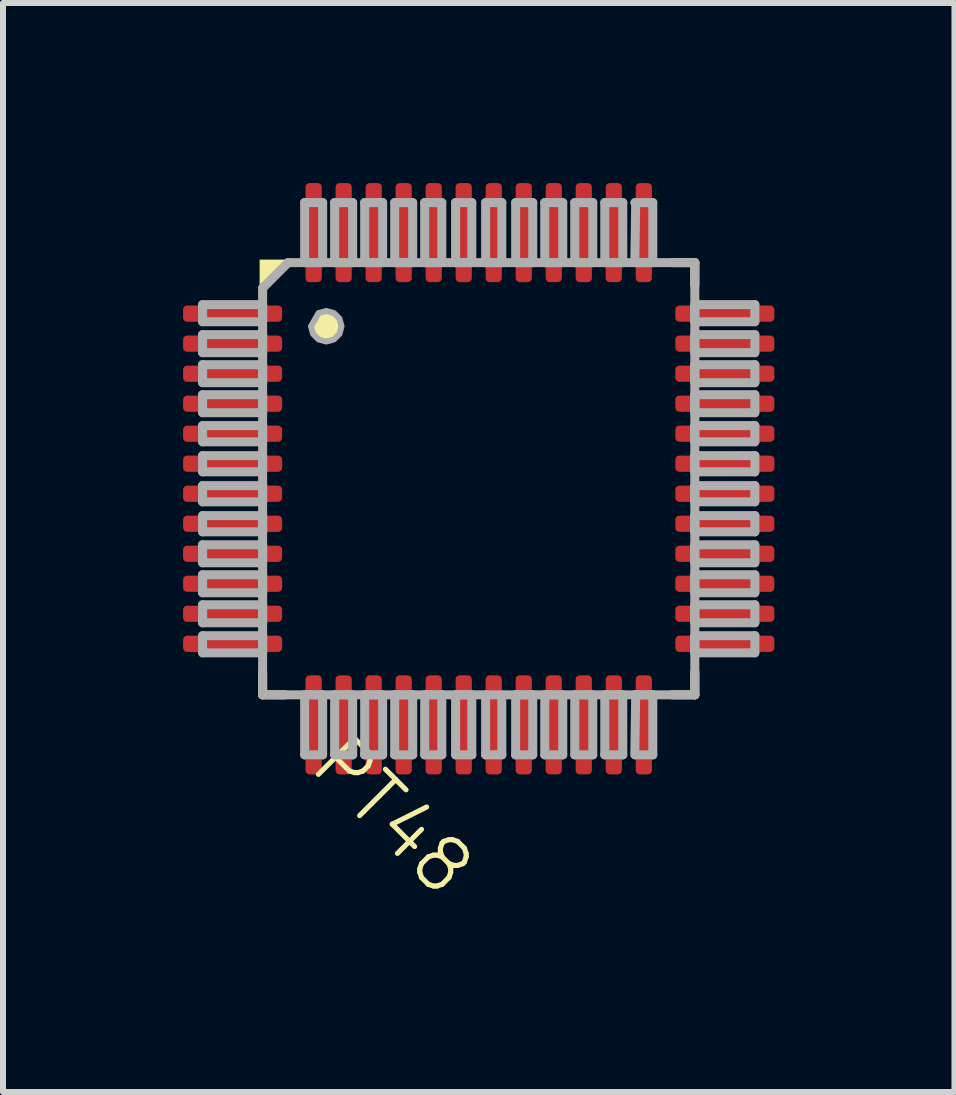
<source format=kicad_pcb>
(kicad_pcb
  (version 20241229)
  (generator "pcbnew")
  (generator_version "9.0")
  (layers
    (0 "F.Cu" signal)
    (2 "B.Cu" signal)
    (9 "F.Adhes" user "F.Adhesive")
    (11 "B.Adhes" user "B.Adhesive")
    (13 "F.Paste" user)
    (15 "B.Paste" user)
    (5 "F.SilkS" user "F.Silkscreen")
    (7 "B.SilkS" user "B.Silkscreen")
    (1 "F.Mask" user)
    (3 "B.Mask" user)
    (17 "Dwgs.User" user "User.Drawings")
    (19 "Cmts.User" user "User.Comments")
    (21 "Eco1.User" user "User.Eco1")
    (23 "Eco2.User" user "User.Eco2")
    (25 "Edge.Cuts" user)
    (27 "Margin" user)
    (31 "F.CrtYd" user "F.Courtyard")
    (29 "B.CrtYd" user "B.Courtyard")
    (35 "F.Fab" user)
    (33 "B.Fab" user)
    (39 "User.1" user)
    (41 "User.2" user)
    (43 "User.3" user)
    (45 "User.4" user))
  (footprint "PT48"
    (layer "F.Cu")
    (at 4.925 4.925)
    (property "Reference" "PT48" (at -2.93 4.819 315) (layer "F.SilkS") (effects (font (size 0.85 0.85) (thickness 0.085)) (justify left bottom)))
    (attr smd)
    (fp_line (start -3.6 3.225) (end -3.6 3.6) (stroke (width 0.15) (type solid)) (layer "F.SilkS"))
    (fp_line (start -3.6 3.6) (end -3.225 3.6) (stroke (width 0.15) (type solid)) (layer "F.SilkS"))
    (fp_line (start 3.225 3.6) (end 3.6 3.6) (stroke (width 0.15) (type solid)) (layer "F.SilkS"))
    (fp_line (start 3.6 -3.6) (end 3.225 -3.6) (stroke (width 0.15) (type solid)) (layer "F.SilkS"))
    (fp_line (start 3.6 -3.225) (end 3.6 -3.6) (stroke (width 0.15) (type solid)) (layer "F.SilkS"))
    (fp_line (start 3.6 3.6) (end 3.6 3.225) (stroke (width 0.15) (type solid)) (layer "F.SilkS"))
    (fp_poly (pts (xy -3.65 -3.65) (xy -3.1 -3.65) (xy -3.65 -3.1)) (stroke (width 0) (type solid)) (fill yes) (layer "F.SilkS"))
    (fp_poly (pts (xy -2.794 -2.54) (xy -2.76 -2.413) (xy -2.667 -2.32) (xy -2.54 -2.286) (xy -2.413 -2.32) (xy -2.32 -2.413) (xy -2.286 -2.54) (xy -2.32 -2.667) (xy -2.413 -2.76) (xy -2.54 -2.794) (xy -2.667 -2.76)) (stroke (width 0) (type solid)) (fill yes) (layer "F.SilkS"))
    (fp_line (start -4.6 -2.9) (end -4.6 -2.615) (stroke (width 0.15) (type solid)) (layer "F.Fab"))
    (fp_line (start -4.6 -2.615) (end -3.6 -2.615) (stroke (width 0.15) (type solid)) (layer "F.Fab"))
    (fp_line (start -4.6 -2.4) (end -4.6 -2.1) (stroke (width 0.15) (type solid)) (layer "F.Fab"))
    (fp_line (start -4.6 -2.1) (end -3.6 -2.1) (stroke (width 0.15) (type solid)) (layer "F.Fab"))
    (fp_line (start -4.6 -1.9) (end -4.6 -1.6) (stroke (width 0.15) (type solid)) (layer "F.Fab"))
    (fp_line (start -4.6 -1.6) (end -3.6 -1.6) (stroke (width 0.15) (type solid)) (layer "F.Fab"))
    (fp_line (start -4.6 -1.4) (end -4.6 -1.1) (stroke (width 0.15) (type solid)) (layer "F.Fab"))
    (fp_line (start -4.6 -1.1) (end -3.6 -1.1) (stroke (width 0.15) (type solid)) (layer "F.Fab"))
    (fp_line (start -4.6 -0.885) (end -4.6 -0.615) (stroke (width 0.15) (type solid)) (layer "F.Fab"))
    (fp_line (start -4.6 -0.615) (end -3.6 -0.615) (stroke (width 0.15) (type solid)) (layer "F.Fab"))
    (fp_line (start -4.6 -0.385) (end -4.6 -0.115) (stroke (width 0.15) (type solid)) (layer "F.Fab"))
    (fp_line (start -4.6 -0.115) (end -3.6 -0.115) (stroke (width 0.15) (type solid)) (layer "F.Fab"))
    (fp_line (start -4.6 0.115) (end -4.6 0.385) (stroke (width 0.15) (type solid)) (layer "F.Fab"))
    (fp_line (start -4.6 0.385) (end -3.6 0.385) (stroke (width 0.15) (type solid)) (layer "F.Fab"))
    (fp_line (start -4.6 0.615) (end -4.6 0.885) (stroke (width 0.15) (type solid)) (layer "F.Fab"))
    (fp_line (start -4.6 0.885) (end -3.6 0.885) (stroke (width 0.15) (type solid)) (layer "F.Fab"))
    (fp_line (start -4.6 1.1) (end -4.6 1.4) (stroke (width 0.15) (type solid)) (layer "F.Fab"))
    (fp_line (start -4.6 1.4) (end -3.6 1.4) (stroke (width 0.15) (type solid)) (layer "F.Fab"))
    (fp_line (start -4.6 1.6) (end -4.6 1.9) (stroke (width 0.15) (type solid)) (layer "F.Fab"))
    (fp_line (start -4.6 1.9) (end -3.6 1.9) (stroke (width 0.15) (type solid)) (layer "F.Fab"))
    (fp_line (start -4.6 2.1) (end -4.6 2.4) (stroke (width 0.15) (type solid)) (layer "F.Fab"))
    (fp_line (start -4.6 2.4) (end -3.6 2.4) (stroke (width 0.15) (type solid)) (layer "F.Fab"))
    (fp_line (start -4.6 2.615) (end -4.6 2.9) (stroke (width 0.15) (type solid)) (layer "F.Fab"))
    (fp_line (start -4.6 2.9) (end -3.6 2.9) (stroke (width 0.15) (type solid)) (layer "F.Fab"))
    (fp_line (start -3.6 -3.175) (end -3.6 3.6) (stroke (width 0.15) (type solid)) (layer "F.Fab"))
    (fp_line (start -3.6 -2.9) (end -4.6 -2.9) (stroke (width 0.15) (type solid)) (layer "F.Fab"))
    (fp_line (start -3.6 -2.615) (end -3.6 -2.9) (stroke (width 0.15) (type solid)) (layer "F.Fab"))
    (fp_line (start -3.6 -2.4) (end -4.6 -2.4) (stroke (width 0.15) (type solid)) (layer "F.Fab"))
    (fp_line (start -3.6 -2.1) (end -3.6 -2.4) (stroke (width 0.15) (type solid)) (layer "F.Fab"))
    (fp_line (start -3.6 -1.9) (end -4.6 -1.9) (stroke (width 0.15) (type solid)) (layer "F.Fab"))
    (fp_line (start -3.6 -1.6) (end -3.6 -1.9) (stroke (width 0.15) (type solid)) (layer "F.Fab"))
    (fp_line (start -3.6 -1.4) (end -4.6 -1.4) (stroke (width 0.15) (type solid)) (layer "F.Fab"))
    (fp_line (start -3.6 -1.1) (end -3.6 -1.4) (stroke (width 0.15) (type solid)) (layer "F.Fab"))
    (fp_line (start -3.6 -0.885) (end -4.6 -0.885) (stroke (width 0.15) (type solid)) (layer "F.Fab"))
    (fp_line (start -3.6 -0.615) (end -3.6 -0.885) (stroke (width 0.15) (type solid)) (layer "F.Fab"))
    (fp_line (start -3.6 -0.385) (end -4.6 -0.385) (stroke (width 0.15) (type solid)) (layer "F.Fab"))
    (fp_line (start -3.6 -0.115) (end -3.6 -0.385) (stroke (width 0.15) (type solid)) (layer "F.Fab"))
    (fp_line (start -3.6 0.115) (end -4.6 0.115) (stroke (width 0.15) (type solid)) (layer "F.Fab"))
    (fp_line (start -3.6 0.385) (end -3.6 0.115) (stroke (width 0.15) (type solid)) (layer "F.Fab"))
    (fp_line (start -3.6 0.615) (end -4.6 0.615) (stroke (width 0.15) (type solid)) (layer "F.Fab"))
    (fp_line (start -3.6 0.885) (end -3.6 0.615) (stroke (width 0.15) (type solid)) (layer "F.Fab"))
    (fp_line (start -3.6 1.1) (end -4.6 1.1) (stroke (width 0.15) (type solid)) (layer "F.Fab"))
    (fp_line (start -3.6 1.4) (end -3.6 1.1) (stroke (width 0.15) (type solid)) (layer "F.Fab"))
    (fp_line (start -3.6 1.6) (end -4.6 1.6) (stroke (width 0.15) (type solid)) (layer "F.Fab"))
    (fp_line (start -3.6 1.9) (end -3.6 1.6) (stroke (width 0.15) (type solid)) (layer "F.Fab"))
    (fp_line (start -3.6 2.1) (end -4.6 2.1) (stroke (width 0.15) (type solid)) (layer "F.Fab"))
    (fp_line (start -3.6 2.4) (end -3.6 2.1) (stroke (width 0.15) (type solid)) (layer "F.Fab"))
    (fp_line (start -3.6 2.615) (end -4.6 2.615) (stroke (width 0.15) (type solid)) (layer "F.Fab"))
    (fp_line (start -3.6 2.9) (end -3.6 2.615) (stroke (width 0.15) (type solid)) (layer "F.Fab"))
    (fp_line (start -3.6 3.6) (end 3.6 3.6) (stroke (width 0.15) (type solid)) (layer "F.Fab"))
    (fp_line (start -3.175 -3.6) (end -3.6 -3.175) (stroke (width 0.15) (type solid)) (layer "F.Fab"))
    (fp_line (start -2.9 -4.6) (end -2.9 -3.6) (stroke (width 0.15) (type solid)) (layer "F.Fab"))
    (fp_line (start -2.9 -3.6) (end -2.6 -3.6) (stroke (width 0.15) (type solid)) (layer "F.Fab"))
    (fp_line (start -2.9 3.6) (end -2.9 4.6) (stroke (width 0.15) (type solid)) (layer "F.Fab"))
    (fp_line (start -2.9 4.6) (end -2.6 4.6) (stroke (width 0.15) (type solid)) (layer "F.Fab"))
    (fp_line (start -2.6 -4.6) (end -2.9 -4.6) (stroke (width 0.15) (type solid)) (layer "F.Fab"))
    (fp_line (start -2.6 -3.6) (end -2.6 -4.6) (stroke (width 0.15) (type solid)) (layer "F.Fab"))
    (fp_line (start -2.6 3.6) (end -2.9 3.6) (stroke (width 0.15) (type solid)) (layer "F.Fab"))
    (fp_line (start -2.6 4.6) (end -2.6 3.6) (stroke (width 0.15) (type solid)) (layer "F.Fab"))
    (fp_line (start -2.4 -4.6) (end -2.4 -3.6) (stroke (width 0.15) (type solid)) (layer "F.Fab"))
    (fp_line (start -2.4 -3.6) (end -2.1 -3.6) (stroke (width 0.15) (type solid)) (layer "F.Fab"))
    (fp_line (start -2.4 3.6) (end -2.4 4.6) (stroke (width 0.15) (type solid)) (layer "F.Fab"))
    (fp_line (start -2.4 4.6) (end -2.1 4.6) (stroke (width 0.15) (type solid)) (layer "F.Fab"))
    (fp_line (start -2.1 -4.6) (end -2.4 -4.6) (stroke (width 0.15) (type solid)) (layer "F.Fab"))
    (fp_line (start -2.1 -3.6) (end -2.1 -4.6) (stroke (width 0.15) (type solid)) (layer "F.Fab"))
    (fp_line (start -2.1 3.6) (end -2.4 3.6) (stroke (width 0.15) (type solid)) (layer "F.Fab"))
    (fp_line (start -2.1 4.6) (end -2.1 3.6) (stroke (width 0.15) (type solid)) (layer "F.Fab"))
    (fp_line (start -1.9 -4.6) (end -1.9 -3.6) (stroke (width 0.15) (type solid)) (layer "F.Fab"))
    (fp_line (start -1.9 -3.6) (end -1.6 -3.6) (stroke (width 0.15) (type solid)) (layer "F.Fab"))
    (fp_line (start -1.9 3.6) (end -1.9 4.6) (stroke (width 0.15) (type solid)) (layer "F.Fab"))
    (fp_line (start -1.9 4.6) (end -1.6 4.6) (stroke (width 0.15) (type solid)) (layer "F.Fab"))
    (fp_line (start -1.6 -4.6) (end -1.9 -4.6) (stroke (width 0.15) (type solid)) (layer "F.Fab"))
    (fp_line (start -1.6 -3.6) (end -1.6 -4.6) (stroke (width 0.15) (type solid)) (layer "F.Fab"))
    (fp_line (start -1.6 3.6) (end -1.9 3.6) (stroke (width 0.15) (type solid)) (layer "F.Fab"))
    (fp_line (start -1.6 4.6) (end -1.6 3.6) (stroke (width 0.15) (type solid)) (layer "F.Fab"))
    (fp_line (start -1.4 -4.6) (end -1.4 -3.6) (stroke (width 0.15) (type solid)) (layer "F.Fab"))
    (fp_line (start -1.4 -3.6) (end -1.1 -3.6) (stroke (width 0.15) (type solid)) (layer "F.Fab"))
    (fp_line (start -1.4 3.6) (end -1.4 4.6) (stroke (width 0.15) (type solid)) (layer "F.Fab"))
    (fp_line (start -1.4 4.6) (end -1.1 4.6) (stroke (width 0.15) (type solid)) (layer "F.Fab"))
    (fp_line (start -1.1 -4.6) (end -1.4 -4.6) (stroke (width 0.15) (type solid)) (layer "F.Fab"))
    (fp_line (start -1.1 -3.6) (end -1.1 -4.6) (stroke (width 0.15) (type solid)) (layer "F.Fab"))
    (fp_line (start -1.1 3.6) (end -1.4 3.6) (stroke (width 0.15) (type solid)) (layer "F.Fab"))
    (fp_line (start -1.1 4.6) (end -1.1 3.6) (stroke (width 0.15) (type solid)) (layer "F.Fab"))
    (fp_line (start -0.9 -4.6) (end -0.9 -3.6) (stroke (width 0.15) (type solid)) (layer "F.Fab"))
    (fp_line (start -0.9 -3.6) (end -0.615 -3.6) (stroke (width 0.15) (type solid)) (layer "F.Fab"))
    (fp_line (start -0.9 3.6) (end -0.9 4.6) (stroke (width 0.15) (type solid)) (layer "F.Fab"))
    (fp_line (start -0.9 4.6) (end -0.615 4.6) (stroke (width 0.15) (type solid)) (layer "F.Fab"))
    (fp_line (start -0.615 -4.6) (end -0.9 -4.6) (stroke (width 0.15) (type solid)) (layer "F.Fab"))
    (fp_line (start -0.615 -3.6) (end -0.615 -4.6) (stroke (width 0.15) (type solid)) (layer "F.Fab"))
    (fp_line (start -0.615 4.6) (end -0.615 3.6) (stroke (width 0.15) (type solid)) (layer "F.Fab"))
    (fp_line (start -0.6 3.6) (end -0.9 3.6) (stroke (width 0.15) (type solid)) (layer "F.Fab"))
    (fp_line (start -0.385 -4.6) (end -0.385 -3.6) (stroke (width 0.15) (type solid)) (layer "F.Fab"))
    (fp_line (start -0.385 -3.6) (end -0.115 -3.6) (stroke (width 0.15) (type solid)) (layer "F.Fab"))
    (fp_line (start -0.385 3.6) (end -0.385 4.6) (stroke (width 0.15) (type solid)) (layer "F.Fab"))
    (fp_line (start -0.385 4.6) (end -0.115 4.6) (stroke (width 0.15) (type solid)) (layer "F.Fab"))
    (fp_line (start -0.115 -4.6) (end -0.385 -4.6) (stroke (width 0.15) (type solid)) (layer "F.Fab"))
    (fp_line (start -0.115 -3.6) (end -0.115 -4.6) (stroke (width 0.15) (type solid)) (layer "F.Fab"))
    (fp_line (start -0.115 3.6) (end -0.385 3.6) (stroke (width 0.15) (type solid)) (layer "F.Fab"))
    (fp_line (start -0.115 4.6) (end -0.115 3.6) (stroke (width 0.15) (type solid)) (layer "F.Fab"))
    (fp_line (start 0.115 -4.6) (end 0.115 -3.6) (stroke (width 0.15) (type solid)) (layer "F.Fab"))
    (fp_line (start 0.115 -3.6) (end 0.385 -3.6) (stroke (width 0.15) (type solid)) (layer "F.Fab"))
    (fp_line (start 0.115 3.6) (end 0.115 4.6) (stroke (width 0.15) (type solid)) (layer "F.Fab"))
    (fp_line (start 0.115 4.6) (end 0.385 4.6) (stroke (width 0.15) (type solid)) (layer "F.Fab"))
    (fp_line (start 0.385 -4.6) (end 0.115 -4.6) (stroke (width 0.15) (type solid)) (layer "F.Fab"))
    (fp_line (start 0.385 -3.6) (end 0.385 -4.6) (stroke (width 0.15) (type solid)) (layer "F.Fab"))
    (fp_line (start 0.385 4.6) (end 0.385 3.6) (stroke (width 0.15) (type solid)) (layer "F.Fab"))
    (fp_line (start 0.615 -4.6) (end 0.615 -3.6) (stroke (width 0.15) (type solid)) (layer "F.Fab"))
    (fp_line (start 0.615 -3.6) (end 0.9 -3.6) (stroke (width 0.15) (type solid)) (layer "F.Fab"))
    (fp_line (start 0.615 3.6) (end 0.615 4.6) (stroke (width 0.15) (type solid)) (layer "F.Fab"))
    (fp_line (start 0.615 4.6) (end 0.9 4.6) (stroke (width 0.15) (type solid)) (layer "F.Fab"))
    (fp_line (start 0.9 -4.6) (end 0.615 -4.6) (stroke (width 0.15) (type solid)) (layer "F.Fab"))
    (fp_line (start 0.9 -3.6) (end 0.9 -4.6) (stroke (width 0.15) (type solid)) (layer "F.Fab"))
    (fp_line (start 0.9 3.6) (end 0.615 3.6) (stroke (width 0.15) (type solid)) (layer "F.Fab"))
    (fp_line (start 0.9 4.6) (end 0.9 3.6) (stroke (width 0.15) (type solid)) (layer "F.Fab"))
    (fp_line (start 1.1 -4.6) (end 1.1 -3.6) (stroke (width 0.15) (type solid)) (layer "F.Fab"))
    (fp_line (start 1.1 -3.6) (end 1.4 -3.6) (stroke (width 0.15) (type solid)) (layer "F.Fab"))
    (fp_line (start 1.1 3.6) (end 1.1 4.6) (stroke (width 0.15) (type solid)) (layer "F.Fab"))
    (fp_line (start 1.1 4.6) (end 1.4 4.6) (stroke (width 0.15) (type solid)) (layer "F.Fab"))
    (fp_line (start 1.4 -4.6) (end 1.1 -4.6) (stroke (width 0.15) (type solid)) (layer "F.Fab"))
    (fp_line (start 1.4 -3.6) (end 1.4 -4.6) (stroke (width 0.15) (type solid)) (layer "F.Fab"))
    (fp_line (start 1.4 3.6) (end 1.1 3.6) (stroke (width 0.15) (type solid)) (layer "F.Fab"))
    (fp_line (start 1.4 4.6) (end 1.4 3.6) (stroke (width 0.15) (type solid)) (layer "F.Fab"))
    (fp_line (start 1.6 -4.6) (end 1.6 -3.6) (stroke (width 0.15) (type solid)) (layer "F.Fab"))
    (fp_line (start 1.6 -3.6) (end 1.9 -3.6) (stroke (width 0.15) (type solid)) (layer "F.Fab"))
    (fp_line (start 1.6 3.6) (end 1.6 4.6) (stroke (width 0.15) (type solid)) (layer "F.Fab"))
    (fp_line (start 1.6 4.6) (end 1.9 4.6) (stroke (width 0.15) (type solid)) (layer "F.Fab"))
    (fp_line (start 1.9 -4.6) (end 1.6 -4.6) (stroke (width 0.15) (type solid)) (layer "F.Fab"))
    (fp_line (start 1.9 -3.6) (end 1.9 -4.6) (stroke (width 0.15) (type solid)) (layer "F.Fab"))
    (fp_line (start 1.9 3.6) (end 1.6 3.6) (stroke (width 0.15) (type solid)) (layer "F.Fab"))
    (fp_line (start 1.9 4.6) (end 1.9 3.6) (stroke (width 0.15) (type solid)) (layer "F.Fab"))
    (fp_line (start 2.1 -4.6) (end 2.1 -3.6) (stroke (width 0.15) (type solid)) (layer "F.Fab"))
    (fp_line (start 2.1 -3.6) (end 2.4 -3.6) (stroke (width 0.15) (type solid)) (layer "F.Fab"))
    (fp_line (start 2.1 3.6) (end 2.1 4.6) (stroke (width 0.15) (type solid)) (layer "F.Fab"))
    (fp_line (start 2.1 4.6) (end 2.4 4.6) (stroke (width 0.15) (type solid)) (layer "F.Fab"))
    (fp_line (start 2.4 -4.6) (end 2.1 -4.6) (stroke (width 0.15) (type solid)) (layer "F.Fab"))
    (fp_line (start 2.4 -3.6) (end 2.4 -4.6) (stroke (width 0.15) (type solid)) (layer "F.Fab"))
    (fp_line (start 2.4 3.6) (end 2.1 3.6) (stroke (width 0.15) (type solid)) (layer "F.Fab"))
    (fp_line (start 2.4 4.6) (end 2.4 3.6) (stroke (width 0.15) (type solid)) (layer "F.Fab"))
    (fp_line (start 2.615 -4.6) (end 2.6 -3.6) (stroke (width 0.15) (type solid)) (layer "F.Fab"))
    (fp_line (start 2.615 -3.6) (end 2.9 -3.6) (stroke (width 0.15) (type solid)) (layer "F.Fab"))
    (fp_line (start 2.615 3.6) (end 2.6 4.6) (stroke (width 0.15) (type solid)) (layer "F.Fab"))
    (fp_line (start 2.615 4.6) (end 2.9 4.6) (stroke (width 0.15) (type solid)) (layer "F.Fab"))
    (fp_line (start 2.9 -4.6) (end 2.6 -4.6) (stroke (width 0.15) (type solid)) (layer "F.Fab"))
    (fp_line (start 2.9 -3.6) (end 2.9 -4.6) (stroke (width 0.15) (type solid)) (layer "F.Fab"))
    (fp_line (start 2.9 3.6) (end 2.6 3.6) (stroke (width 0.15) (type solid)) (layer "F.Fab"))
    (fp_line (start 2.9 4.6) (end 2.9 3.6) (stroke (width 0.15) (type solid)) (layer "F.Fab"))
    (fp_line (start 3.6 -3.6) (end -3.175 -3.6) (stroke (width 0.15) (type solid)) (layer "F.Fab"))
    (fp_line (start 3.6 -2.9) (end 3.6 -2.615) (stroke (width 0.15) (type solid)) (layer "F.Fab"))
    (fp_line (start 3.6 -2.615) (end 4.6 -2.615) (stroke (width 0.15) (type solid)) (layer "F.Fab"))
    (fp_line (start 3.6 -2.4) (end 3.6 -2.1) (stroke (width 0.15) (type solid)) (layer "F.Fab"))
    (fp_line (start 3.6 -2.1) (end 4.6 -2.1) (stroke (width 0.15) (type solid)) (layer "F.Fab"))
    (fp_line (start 3.6 -1.9) (end 3.6 -1.6) (stroke (width 0.15) (type solid)) (layer "F.Fab"))
    (fp_line (start 3.6 -1.6) (end 4.6 -1.6) (stroke (width 0.15) (type solid)) (layer "F.Fab"))
    (fp_line (start 3.6 -1.4) (end 3.6 -1.1) (stroke (width 0.15) (type solid)) (layer "F.Fab"))
    (fp_line (start 3.6 -1.1) (end 4.6 -1.1) (stroke (width 0.15) (type solid)) (layer "F.Fab"))
    (fp_line (start 3.6 -0.885) (end 3.6 -0.615) (stroke (width 0.15) (type solid)) (layer "F.Fab"))
    (fp_line (start 3.6 -0.615) (end 4.6 -0.615) (stroke (width 0.15) (type solid)) (layer "F.Fab"))
    (fp_line (start 3.6 -0.385) (end 3.6 -0.115) (stroke (width 0.15) (type solid)) (layer "F.Fab"))
    (fp_line (start 3.6 -0.115) (end 4.6 -0.115) (stroke (width 0.15) (type solid)) (layer "F.Fab"))
    (fp_line (start 3.6 0.115) (end 3.6 0.385) (stroke (width 0.15) (type solid)) (layer "F.Fab"))
    (fp_line (start 3.6 0.385) (end 4.6 0.385) (stroke (width 0.15) (type solid)) (layer "F.Fab"))
    (fp_line (start 3.6 0.615) (end 3.6 0.885) (stroke (width 0.15) (type solid)) (layer "F.Fab"))
    (fp_line (start 3.6 0.885) (end 4.6 0.885) (stroke (width 0.15) (type solid)) (layer "F.Fab"))
    (fp_line (start 3.6 1.1) (end 3.6 1.4) (stroke (width 0.15) (type solid)) (layer "F.Fab"))
    (fp_line (start 3.6 1.4) (end 4.6 1.4) (stroke (width 0.15) (type solid)) (layer "F.Fab"))
    (fp_line (start 3.6 1.6) (end 3.6 1.9) (stroke (width 0.15) (type solid)) (layer "F.Fab"))
    (fp_line (start 3.6 1.9) (end 4.6 1.9) (stroke (width 0.15) (type solid)) (layer "F.Fab"))
    (fp_line (start 3.6 2.1) (end 3.6 2.4) (stroke (width 0.15) (type solid)) (layer "F.Fab"))
    (fp_line (start 3.6 2.4) (end 4.6 2.4) (stroke (width 0.15) (type solid)) (layer "F.Fab"))
    (fp_line (start 3.6 2.615) (end 3.6 2.9) (stroke (width 0.15) (type solid)) (layer "F.Fab"))
    (fp_line (start 3.6 2.9) (end 4.6 2.9) (stroke (width 0.15) (type solid)) (layer "F.Fab"))
    (fp_line (start 3.6 3.6) (end 3.6 -3.6) (stroke (width 0.15) (type solid)) (layer "F.Fab"))
    (fp_line (start 4.6 -2.9) (end 3.6 -2.9) (stroke (width 0.15) (type solid)) (layer "F.Fab"))
    (fp_line (start 4.6 -2.615) (end 4.6 -2.9) (stroke (width 0.15) (type solid)) (layer "F.Fab"))
    (fp_line (start 4.6 -2.4) (end 3.6 -2.4) (stroke (width 0.15) (type solid)) (layer "F.Fab"))
    (fp_line (start 4.6 -2.1) (end 4.6 -2.4) (stroke (width 0.15) (type solid)) (layer "F.Fab"))
    (fp_line (start 4.6 -1.9) (end 3.6 -1.9) (stroke (width 0.15) (type solid)) (layer "F.Fab"))
    (fp_line (start 4.6 -1.6) (end 4.6 -1.9) (stroke (width 0.15) (type solid)) (layer "F.Fab"))
    (fp_line (start 4.6 -1.4) (end 3.6 -1.4) (stroke (width 0.15) (type solid)) (layer "F.Fab"))
    (fp_line (start 4.6 -1.1) (end 4.6 -1.4) (stroke (width 0.15) (type solid)) (layer "F.Fab"))
    (fp_line (start 4.6 -0.885) (end 3.6 -0.885) (stroke (width 0.15) (type solid)) (layer "F.Fab"))
    (fp_line (start 4.6 -0.615) (end 4.6 -0.885) (stroke (width 0.15) (type solid)) (layer "F.Fab"))
    (fp_line (start 4.6 -0.385) (end 3.6 -0.385) (stroke (width 0.15) (type solid)) (layer "F.Fab"))
    (fp_line (start 4.6 -0.115) (end 4.6 -0.385) (stroke (width 0.15) (type solid)) (layer "F.Fab"))
    (fp_line (start 4.6 0.115) (end 3.6 0.115) (stroke (width 0.15) (type solid)) (layer "F.Fab"))
    (fp_line (start 4.6 0.385) (end 4.6 0.115) (stroke (width 0.15) (type solid)) (layer "F.Fab"))
    (fp_line (start 4.6 0.615) (end 3.6 0.615) (stroke (width 0.15) (type solid)) (layer "F.Fab"))
    (fp_line (start 4.6 0.885) (end 4.6 0.615) (stroke (width 0.15) (type solid)) (layer "F.Fab"))
    (fp_line (start 4.6 1.1) (end 3.6 1.1) (stroke (width 0.15) (type solid)) (layer "F.Fab"))
    (fp_line (start 4.6 1.4) (end 4.6 1.1) (stroke (width 0.15) (type solid)) (layer "F.Fab"))
    (fp_line (start 4.6 1.6) (end 3.6 1.6) (stroke (width 0.15) (type solid)) (layer "F.Fab"))
    (fp_line (start 4.6 1.9) (end 4.6 1.6) (stroke (width 0.15) (type solid)) (layer "F.Fab"))
    (fp_line (start 4.6 2.1) (end 3.6 2.1) (stroke (width 0.15) (type solid)) (layer "F.Fab"))
    (fp_line (start 4.6 2.4) (end 4.6 2.1) (stroke (width 0.15) (type solid)) (layer "F.Fab"))
    (fp_line (start 4.6 2.615) (end 3.6 2.615) (stroke (width 0.15) (type solid)) (layer "F.Fab"))
    (fp_line (start 4.6 2.9) (end 4.6 2.615) (stroke (width 0.15) (type solid)) (layer "F.Fab"))
    (fp_poly (pts (xy -2.794 -2.54) (xy -2.76 -2.413) (xy -2.667 -2.32) (xy -2.54 -2.286) (xy -2.413 -2.32) (xy -2.32 -2.413) (xy -2.286 -2.54) (xy -2.32 -2.667) (xy -2.413 -2.76) (xy -2.54 -2.794) (xy -2.667 -2.76)) (stroke (width 0.1) (type solid)) (fill no) (layer "F.Fab"))
    (pad "1" smd roundrect (at -4.1 -2.75 270) (size 0.27 1.65) (layers "F.Cu" "F.Mask" "F.Paste") (roundrect_rratio 0.25))
    (pad "2" smd roundrect (at -4.1 -2.25 270) (size 0.27 1.65) (layers "F.Cu" "F.Mask" "F.Paste") (roundrect_rratio 0.25))
    (pad "3" smd roundrect (at -4.1 -1.75 270) (size 0.27 1.65) (layers "F.Cu" "F.Mask" "F.Paste") (roundrect_rratio 0.25))
    (pad "4" smd roundrect (at -4.1 -1.25 270) (size 0.27 1.65) (layers "F.Cu" "F.Mask" "F.Paste") (roundrect_rratio 0.25))
    (pad "5" smd roundrect (at -4.1 -0.75 270) (size 0.27 1.65) (layers "F.Cu" "F.Mask" "F.Paste") (roundrect_rratio 0.25))
    (pad "6" smd roundrect (at -4.1 -0.25 270) (size 0.27 1.65) (layers "F.Cu" "F.Mask" "F.Paste") (roundrect_rratio 0.25))
    (pad "7" smd roundrect (at -4.1 0.25 270) (size 0.27 1.65) (layers "F.Cu" "F.Mask" "F.Paste") (roundrect_rratio 0.25))
    (pad "8" smd roundrect (at -4.1 0.75 270) (size 0.27 1.65) (layers "F.Cu" "F.Mask" "F.Paste") (roundrect_rratio 0.25))
    (pad "9" smd roundrect (at -4.1 1.25 270) (size 0.27 1.65) (layers "F.Cu" "F.Mask" "F.Paste") (roundrect_rratio 0.25))
    (pad "10" smd roundrect (at -4.1 1.75 270) (size 0.27 1.65) (layers "F.Cu" "F.Mask" "F.Paste") (roundrect_rratio 0.25))
    (pad "11" smd roundrect (at -4.1 2.25 270) (size 0.27 1.65) (layers "F.Cu" "F.Mask" "F.Paste") (roundrect_rratio 0.25))
    (pad "12" smd roundrect (at -4.1 2.75 270) (size 0.27 1.65) (layers "F.Cu" "F.Mask" "F.Paste") (roundrect_rratio 0.25))
    (pad "13" smd roundrect (at -2.75 4.1 180) (size 0.27 1.65) (layers "F.Cu" "F.Mask" "F.Paste") (roundrect_rratio 0.25))
    (pad "14" smd roundrect (at -2.25 4.1 180) (size 0.27 1.65) (layers "F.Cu" "F.Mask" "F.Paste") (roundrect_rratio 0.25))
    (pad "15" smd roundrect (at -1.75 4.1 180) (size 0.27 1.65) (layers "F.Cu" "F.Mask" "F.Paste") (roundrect_rratio 0.25))
    (pad "16" smd roundrect (at -1.25 4.1 180) (size 0.27 1.65) (layers "F.Cu" "F.Mask" "F.Paste") (roundrect_rratio 0.25))
    (pad "17" smd roundrect (at -0.75 4.1 180) (size 0.27 1.65) (layers "F.Cu" "F.Mask" "F.Paste") (roundrect_rratio 0.25))
    (pad "18" smd roundrect (at -0.25 4.1 180) (size 0.27 1.65) (layers "F.Cu" "F.Mask" "F.Paste") (roundrect_rratio 0.25))
    (pad "19" smd roundrect (at 0.25 4.1 180) (size 0.27 1.65) (layers "F.Cu" "F.Mask" "F.Paste") (roundrect_rratio 0.25))
    (pad "20" smd roundrect (at 0.75 4.1 180) (size 0.27 1.65) (layers "F.Cu" "F.Mask" "F.Paste") (roundrect_rratio 0.25))
    (pad "21" smd roundrect (at 1.25 4.1 180) (size 0.27 1.65) (layers "F.Cu" "F.Mask" "F.Paste") (roundrect_rratio 0.25))
    (pad "22" smd roundrect (at 1.75 4.1 180) (size 0.27 1.65) (layers "F.Cu" "F.Mask" "F.Paste") (roundrect_rratio 0.25))
    (pad "23" smd roundrect (at 2.25 4.1 180) (size 0.27 1.65) (layers "F.Cu" "F.Mask" "F.Paste") (roundrect_rratio 0.25))
    (pad "24" smd roundrect (at 2.75 4.1 180) (size 0.27 1.65) (layers "F.Cu" "F.Mask" "F.Paste") (roundrect_rratio 0.25))
    (pad "25" smd roundrect (at 4.1 2.75 270) (size 0.27 1.65) (layers "F.Cu" "F.Mask" "F.Paste") (roundrect_rratio 0.25))
    (pad "26" smd roundrect (at 4.1 2.25 270) (size 0.27 1.65) (layers "F.Cu" "F.Mask" "F.Paste") (roundrect_rratio 0.25))
    (pad "27" smd roundrect (at 4.1 1.75 270) (size 0.27 1.65) (layers "F.Cu" "F.Mask" "F.Paste") (roundrect_rratio 0.25))
    (pad "28" smd roundrect (at 4.1 1.25 270) (size 0.27 1.65) (layers "F.Cu" "F.Mask" "F.Paste") (roundrect_rratio 0.25))
    (pad "29" smd roundrect (at 4.1 0.75 270) (size 0.27 1.65) (layers "F.Cu" "F.Mask" "F.Paste") (roundrect_rratio 0.25))
    (pad "30" smd roundrect (at 4.1 0.25 270) (size 0.27 1.65) (layers "F.Cu" "F.Mask" "F.Paste") (roundrect_rratio 0.25))
    (pad "31" smd roundrect (at 4.1 -0.25 270) (size 0.27 1.65) (layers "F.Cu" "F.Mask" "F.Paste") (roundrect_rratio 0.25))
    (pad "32" smd roundrect (at 4.1 -0.75 270) (size 0.27 1.65) (layers "F.Cu" "F.Mask" "F.Paste") (roundrect_rratio 0.25))
    (pad "33" smd roundrect (at 4.1 -1.25 270) (size 0.27 1.65) (layers "F.Cu" "F.Mask" "F.Paste") (roundrect_rratio 0.25))
    (pad "34" smd roundrect (at 4.1 -1.75 270) (size 0.27 1.65) (layers "F.Cu" "F.Mask" "F.Paste") (roundrect_rratio 0.25))
    (pad "35" smd roundrect (at 4.1 -2.25 270) (size 0.27 1.65) (layers "F.Cu" "F.Mask" "F.Paste") (roundrect_rratio 0.25))
    (pad "36" smd roundrect (at 4.1 -2.75 270) (size 0.27 1.65) (layers "F.Cu" "F.Mask" "F.Paste") (roundrect_rratio 0.25))
    (pad "37" smd roundrect (at 2.75 -4.1 180) (size 0.27 1.65) (layers "F.Cu" "F.Mask" "F.Paste") (roundrect_rratio 0.25))
    (pad "38" smd roundrect (at 2.25 -4.1 180) (size 0.27 1.65) (layers "F.Cu" "F.Mask" "F.Paste") (roundrect_rratio 0.25))
    (pad "39" smd roundrect (at 1.75 -4.1 180) (size 0.27 1.65) (layers "F.Cu" "F.Mask" "F.Paste") (roundrect_rratio 0.25))
    (pad "40" smd roundrect (at 1.25 -4.1 180) (size 0.27 1.65) (layers "F.Cu" "F.Mask" "F.Paste") (roundrect_rratio 0.25))
    (pad "41" smd roundrect (at 0.75 -4.1 180) (size 0.27 1.65) (layers "F.Cu" "F.Mask" "F.Paste") (roundrect_rratio 0.25))
    (pad "42" smd roundrect (at 0.25 -4.1 180) (size 0.27 1.65) (layers "F.Cu" "F.Mask" "F.Paste") (roundrect_rratio 0.25))
    (pad "43" smd roundrect (at -0.25 -4.1 180) (size 0.27 1.65) (layers "F.Cu" "F.Mask" "F.Paste") (roundrect_rratio 0.25))
    (pad "44" smd roundrect (at -0.75 -4.1 180) (size 0.27 1.65) (layers "F.Cu" "F.Mask" "F.Paste") (roundrect_rratio 0.25))
    (pad "45" smd roundrect (at -1.25 -4.1 180) (size 0.27 1.65) (layers "F.Cu" "F.Mask" "F.Paste") (roundrect_rratio 0.25))
    (pad "46" smd roundrect (at -1.75 -4.1 180) (size 0.27 1.65) (layers "F.Cu" "F.Mask" "F.Paste") (roundrect_rratio 0.25))
    (pad "47" smd roundrect (at -2.25 -4.1 180) (size 0.27 1.65) (layers "F.Cu" "F.Mask" "F.Paste") (roundrect_rratio 0.25))
    (pad "48" smd roundrect (at -2.75 -4.1 180) (size 0.27 1.65) (layers "F.Cu" "F.Mask" "F.Paste") (roundrect_rratio 0.25)))
  (gr_rect
    (start -3 -3)
    (end 12.85 15.141)
    (stroke (width 0.1) (type default))
    (fill no)
    (layer "Edge.Cuts")))
</source>
